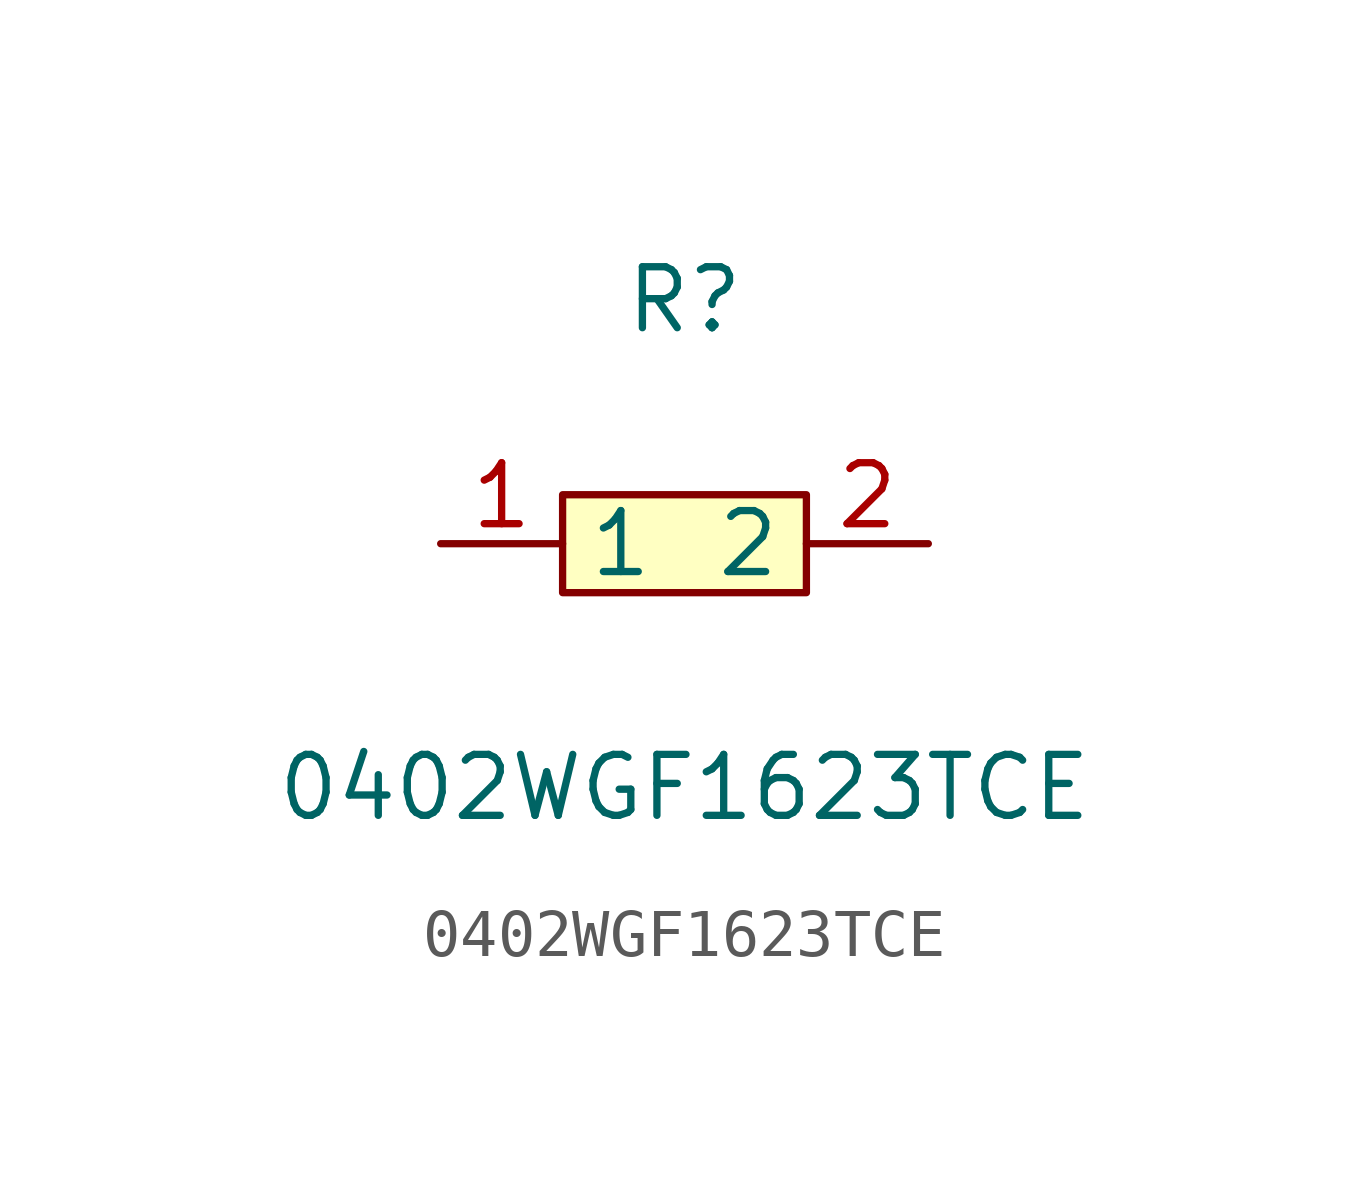
<source format=kicad_sym>
(kicad_symbol_lib
  (version 1)
  (generator "faebryk")
  (symbol "0402WGF1623TCE"
    (property "Reference" "R"
      (at 0 5.08 0)
      (effects (font (size 1.27 1.27)) (hide no)))
    (property "Value" "0402WGF1623TCE"
      (at 0 -5.08 0)
      (effects (font (size 1.27 1.27)) (hide no)))
    (symbol "0402WGF1623TCE_0_1"
      (rectangle (start -2.54 1.02) (end 2.54 -1.02) (stroke (width 0) (type default) (color 0 0 0 0)) (fill (type background)))
      (pin input line (at 5.08 0 180) (length 2.54) (name "2" (effects (font (size 1.27 1.27)) (hide no))) (number "2" (effects (font (size 1.27 1.27)) (hide no))))
      (pin input line (at -5.08 0 0) (length 2.54) (name "1" (effects (font (size 1.27 1.27)) (hide no))) (number "1" (effects (font (size 1.27 1.27)) (hide no)))))))
</source>
